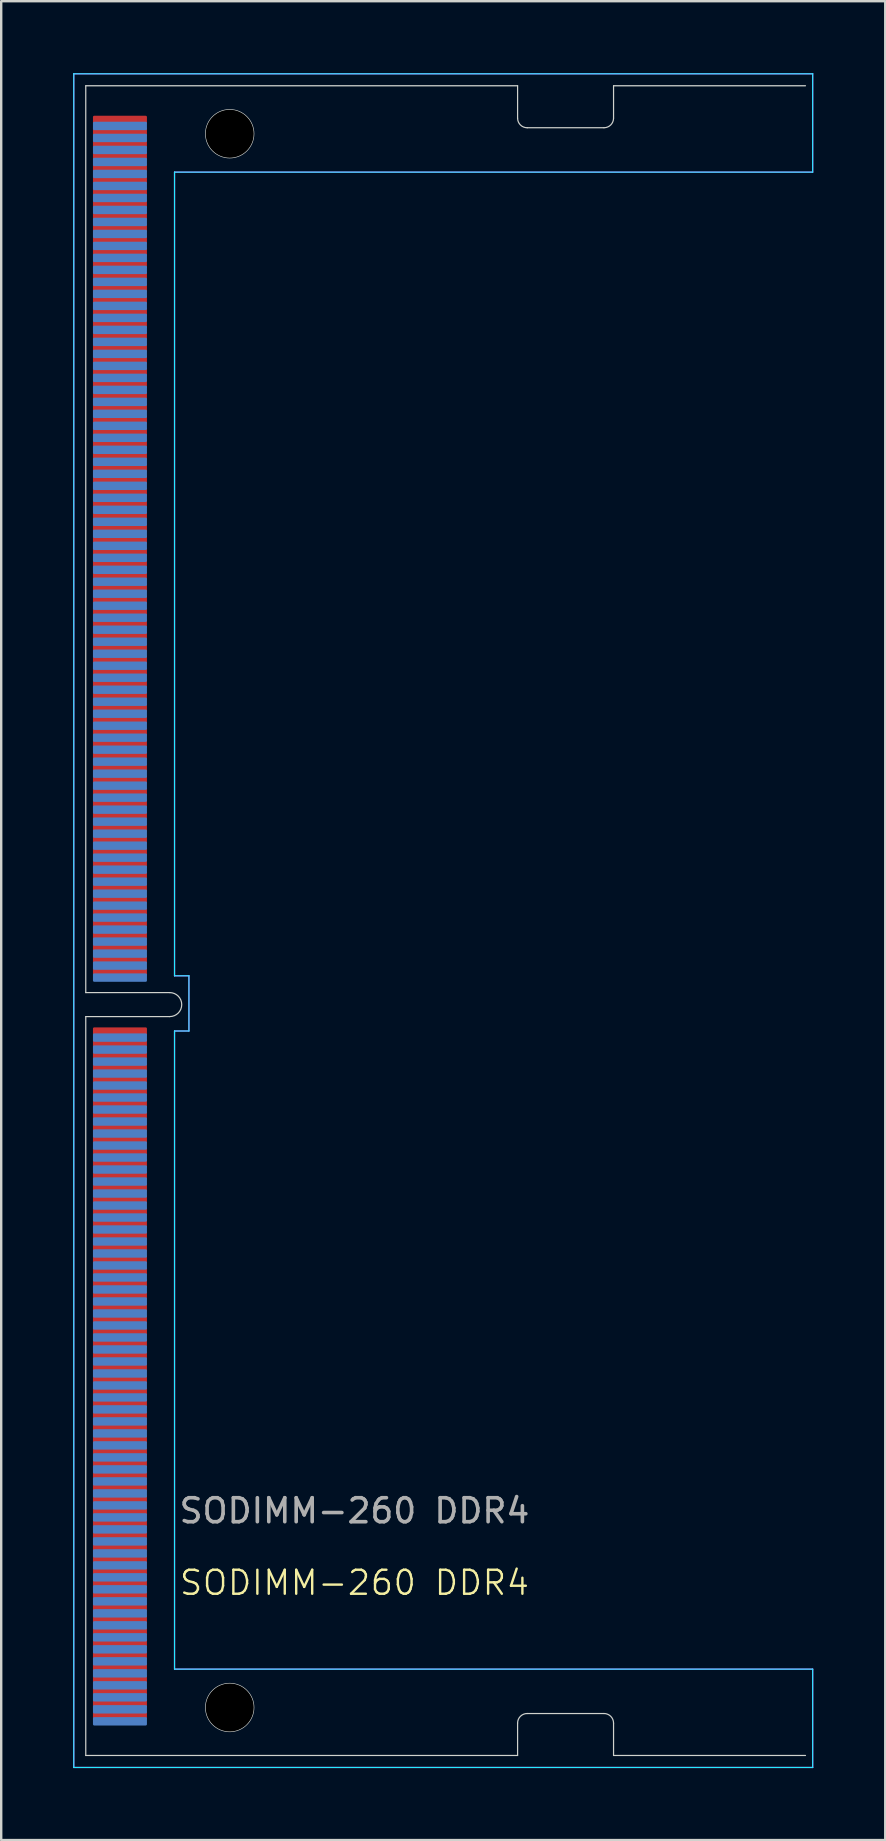
<source format=kicad_pcb>
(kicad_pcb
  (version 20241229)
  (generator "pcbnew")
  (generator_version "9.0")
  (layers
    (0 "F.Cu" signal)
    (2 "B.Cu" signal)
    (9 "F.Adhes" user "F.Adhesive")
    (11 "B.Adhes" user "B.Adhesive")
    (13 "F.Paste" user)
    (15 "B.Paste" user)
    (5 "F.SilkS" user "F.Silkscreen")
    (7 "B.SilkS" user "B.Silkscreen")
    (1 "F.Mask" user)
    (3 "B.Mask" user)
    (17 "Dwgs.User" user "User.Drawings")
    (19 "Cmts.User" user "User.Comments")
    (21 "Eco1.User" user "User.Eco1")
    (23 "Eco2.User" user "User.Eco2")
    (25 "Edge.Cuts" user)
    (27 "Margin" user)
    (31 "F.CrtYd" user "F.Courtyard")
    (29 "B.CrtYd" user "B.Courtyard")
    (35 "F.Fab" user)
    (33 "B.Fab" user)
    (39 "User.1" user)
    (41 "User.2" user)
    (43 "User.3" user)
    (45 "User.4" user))
  (footprint "SODIMM-260 DDR4"
    (layer "F.Cu")
    (at 15.525 35.425)
    (property "Reference" "SODIMM-260 DDR4" (at -3.8 27.5 0) (unlocked yes) (layer "F.SilkS") (effects (font (size 1 1) (thickness 0.1))))
    (attr smd)
    (fp_line (start -15 -34.9) (end 3 -34.9) (stroke (width 0.05) (type default)) (layer "Edge.Cuts"))
    (fp_line (start -15 2.9) (end -15 -34.9) (stroke (width 0.05) (type default)) (layer "Edge.Cuts"))
    (fp_line (start -15 3.9) (end -15 34.7) (stroke (width 0.05) (type default)) (layer "Edge.Cuts"))
    (fp_line (start -15 34.7) (end 3 34.7) (stroke (width 0.05) (type default)) (layer "Edge.Cuts"))
    (fp_line (start -11.5 2.9) (end -15 2.9) (stroke (width 0.05) (type default)) (layer "Edge.Cuts"))
    (fp_line (start -11.5 3.9) (end -15 3.9) (stroke (width 0.05) (type default)) (layer "Edge.Cuts"))
    (fp_line (start 3 -33.55) (end 3 -34.9) (stroke (width 0.05) (type default)) (layer "Edge.Cuts"))
    (fp_line (start 3 33.35) (end 3 34.7) (stroke (width 0.05) (type default)) (layer "Edge.Cuts"))
    (fp_line (start 6.6 -33.15) (end 3.4 -33.15) (stroke (width 0.05) (type default)) (layer "Edge.Cuts"))
    (fp_line (start 6.6 32.95) (end 3.4 32.95) (stroke (width 0.05) (type default)) (layer "Edge.Cuts"))
    (fp_line (start 7 -34.9) (end 7 -33.55) (stroke (width 0.05) (type default)) (layer "Edge.Cuts"))
    (fp_line (start 7 -34.9) (end 15 -34.9) (stroke (width 0.05) (type default)) (layer "Edge.Cuts"))
    (fp_line (start 7 34.7) (end 7 33.35) (stroke (width 0.05) (type default)) (layer "Edge.Cuts"))
    (fp_line (start 7 34.7) (end 15 34.7) (stroke (width 0.05) (type default)) (layer "Edge.Cuts"))
    (fp_arc (start -11.5 2.9) (mid -11 3.4) (end -11.5 3.9) (stroke (width 0.05) (type default)) (layer "Edge.Cuts"))
    (fp_arc (start 3 33.35) (mid 3.117157 33.067157) (end 3.4 32.95) (stroke (width 0.05) (type default)) (layer "Edge.Cuts"))
    (fp_arc (start 3.4 -33.15) (mid 3.117157 -33.267157) (end 3 -33.55) (stroke (width 0.05) (type default)) (layer "Edge.Cuts"))
    (fp_arc (start 6.6 32.95) (mid 6.882843 33.067157) (end 7 33.35) (stroke (width 0.05) (type default)) (layer "Edge.Cuts"))
    (fp_arc (start 7 -33.55) (mid 6.882843 -33.267157) (end 6.6 -33.15) (stroke (width 0.05) (type default)) (layer "Edge.Cuts"))
    (fp_circle (center -9 -32.9) (end -10 -32.9) (stroke (width 0.05) (type solid)) (fill no) (layer "Edge.Cuts"))
    (fp_circle (center -9 32.7) (end -10 32.7) (stroke (width 0.05) (type solid)) (fill no) (layer "Edge.Cuts"))
    (fp_line (start -15.5 -35.4) (end -15.5 35.2) (stroke (width 0.05) (type default)) (layer "B.CrtYd"))
    (fp_line (start -15.5 -35.4) (end 15.3 -35.4) (stroke (width 0.05) (type default)) (layer "B.CrtYd"))
    (fp_line (start -11.3 -31.3) (end -11.3 2.2) (stroke (width 0.05) (type default)) (layer "B.CrtYd"))
    (fp_line (start -11.3 2.2) (end -10.7 2.2) (stroke (width 0.05) (type default)) (layer "B.CrtYd"))
    (fp_line (start -11.3 4.5) (end -11.3 31.1) (stroke (width 0.05) (type default)) (layer "B.CrtYd"))
    (fp_line (start -11.3 31.1) (end 15.3 31.1) (stroke (width 0.05) (type default)) (layer "B.CrtYd"))
    (fp_line (start -10.7 2.2) (end -10.7 4.5) (stroke (width 0.05) (type default)) (layer "B.CrtYd"))
    (fp_line (start -10.7 4.5) (end -11.3 4.5) (stroke (width 0.05) (type default)) (layer "B.CrtYd"))
    (fp_line (start 15.3 -35.4) (end 15.3 -31.3) (stroke (width 0.05) (type default)) (layer "B.CrtYd"))
    (fp_line (start 15.3 -31.3) (end -11.3 -31.3) (stroke (width 0.05) (type default)) (layer "B.CrtYd"))
    (fp_line (start 15.3 31.1) (end 15.3 35.2) (stroke (width 0.05) (type default)) (layer "B.CrtYd"))
    (fp_line (start 15.3 35.2) (end -15.5 35.2) (stroke (width 0.05) (type default)) (layer "B.CrtYd"))
    (fp_line (start -15.5 -35.4) (end -15.5 35.2) (stroke (width 0.05) (type default)) (layer "F.CrtYd"))
    (fp_line (start -15.5 -35.4) (end 15.3 -35.4) (stroke (width 0.05) (type default)) (layer "F.CrtYd"))
    (fp_line (start -11.3 -31.3) (end -11.3 2.2) (stroke (width 0.05) (type default)) (layer "F.CrtYd"))
    (fp_line (start -11.3 2.2) (end -10.7 2.2) (stroke (width 0.05) (type default)) (layer "F.CrtYd"))
    (fp_line (start -11.3 4.5) (end -11.3 31.1) (stroke (width 0.05) (type default)) (layer "F.CrtYd"))
    (fp_line (start -11.3 31.1) (end 15.3 31.1) (stroke (width 0.05) (type default)) (layer "F.CrtYd"))
    (fp_line (start -10.7 2.2) (end -10.7 4.5) (stroke (width 0.05) (type default)) (layer "F.CrtYd"))
    (fp_line (start -10.7 4.5) (end -11.3 4.5) (stroke (width 0.05) (type default)) (layer "F.CrtYd"))
    (fp_line (start 15.3 -35.4) (end 15.3 -31.3) (stroke (width 0.05) (type default)) (layer "F.CrtYd"))
    (fp_line (start 15.3 -31.3) (end -11.3 -31.3) (stroke (width 0.05) (type default)) (layer "F.CrtYd"))
    (fp_line (start 15.3 31.1) (end 15.3 35.2) (stroke (width 0.05) (type default)) (layer "F.CrtYd"))
    (fp_line (start 15.3 35.2) (end -15.5 35.2) (stroke (width 0.05) (type default)) (layer "F.CrtYd"))
    (fp_text user "${REFERENCE}" (at -3.8 24.5 0) (unlocked yes) (layer "F.Fab") (effects (font (size 1 1) (thickness 0.15))))
    (pad "" np_thru_hole circle (at -9 -32.9) (size 2 2) (drill 2) (layers "*.Mask"))
    (pad "" np_thru_hole circle (at -9 32.7) (size 2 2) (drill 2) (layers "*.Mask"))
    (pad "1" smd roundrect (at -13.575 -33.475 270) (size 0.35 2.25) (layers "F.Cu" "F.Mask" "F.Paste") (roundrect_rratio 0.15))
    (pad "2" smd roundrect (at -13.575 -33.225 270) (size 0.35 2.25) (layers "B.Cu" "B.Mask" "B.Paste") (roundrect_rratio 0.15))
    (pad "3" smd roundrect (at -13.575 -32.975 270) (size 0.35 2.25) (layers "F.Cu" "F.Mask" "F.Paste") (roundrect_rratio 0.15))
    (pad "4" smd roundrect (at -13.575 -32.725 270) (size 0.35 2.25) (layers "B.Cu" "B.Mask" "B.Paste") (roundrect_rratio 0.15))
    (pad "5" smd roundrect (at -13.575 -32.475 270) (size 0.35 2.25) (layers "F.Cu" "F.Mask" "F.Paste") (roundrect_rratio 0.15))
    (pad "6" smd roundrect (at -13.575 -32.225 270) (size 0.35 2.25) (layers "B.Cu" "B.Mask" "B.Paste") (roundrect_rratio 0.15))
    (pad "7" smd roundrect (at -13.575 -31.975 270) (size 0.35 2.25) (layers "F.Cu" "F.Mask" "F.Paste") (roundrect_rratio 0.15))
    (pad "8" smd roundrect (at -13.575 -31.725 270) (size 0.35 2.25) (layers "B.Cu" "B.Mask" "B.Paste") (roundrect_rratio 0.15))
    (pad "9" smd roundrect (at -13.575 -31.475 270) (size 0.35 2.25) (layers "F.Cu" "F.Mask" "F.Paste") (roundrect_rratio 0.15))
    (pad "10" smd roundrect (at -13.575 -31.225 270) (size 0.35 2.25) (layers "B.Cu" "B.Mask" "B.Paste") (roundrect_rratio 0.15))
    (pad "11" smd roundrect (at -13.575 -30.975 270) (size 0.35 2.25) (layers "F.Cu" "F.Mask" "F.Paste") (roundrect_rratio 0.15))
    (pad "12" smd roundrect (at -13.575 -30.725 270) (size 0.35 2.25) (layers "B.Cu" "B.Mask" "B.Paste") (roundrect_rratio 0.15))
    (pad "13" smd roundrect (at -13.575 -30.475 270) (size 0.35 2.25) (layers "F.Cu" "F.Mask" "F.Paste") (roundrect_rratio 0.15))
    (pad "14" smd roundrect (at -13.575 -30.225 270) (size 0.35 2.25) (layers "B.Cu" "B.Mask" "B.Paste") (roundrect_rratio 0.15))
    (pad "15" smd roundrect (at -13.575 -29.975 270) (size 0.35 2.25) (layers "F.Cu" "F.Mask" "F.Paste") (roundrect_rratio 0.15))
    (pad "16" smd roundrect (at -13.575 -29.725 270) (size 0.35 2.25) (layers "B.Cu" "B.Mask" "B.Paste") (roundrect_rratio 0.15))
    (pad "17" smd roundrect (at -13.575 -29.475 270) (size 0.35 2.25) (layers "F.Cu" "F.Mask" "F.Paste") (roundrect_rratio 0.15))
    (pad "18" smd roundrect (at -13.575 -29.225 270) (size 0.35 2.25) (layers "B.Cu" "B.Mask" "B.Paste") (roundrect_rratio 0.15))
    (pad "19" smd roundrect (at -13.575 -28.975 270) (size 0.35 2.25) (layers "F.Cu" "F.Mask" "F.Paste") (roundrect_rratio 0.15))
    (pad "20" smd roundrect (at -13.575 -28.725 270) (size 0.35 2.25) (layers "B.Cu" "B.Mask" "B.Paste") (roundrect_rratio 0.15))
    (pad "21" smd roundrect (at -13.575 -28.475 270) (size 0.35 2.25) (layers "F.Cu" "F.Mask" "F.Paste") (roundrect_rratio 0.15))
    (pad "22" smd roundrect (at -13.575 -28.225 270) (size 0.35 2.25) (layers "B.Cu" "B.Mask" "B.Paste") (roundrect_rratio 0.15))
    (pad "23" smd roundrect (at -13.575 -27.975 270) (size 0.35 2.25) (layers "F.Cu" "F.Mask" "F.Paste") (roundrect_rratio 0.15))
    (pad "24" smd roundrect (at -13.575 -27.725 270) (size 0.35 2.25) (layers "B.Cu" "B.Mask" "B.Paste") (roundrect_rratio 0.15))
    (pad "25" smd roundrect (at -13.575 -27.475 270) (size 0.35 2.25) (layers "F.Cu" "F.Mask" "F.Paste") (roundrect_rratio 0.15))
    (pad "26" smd roundrect (at -13.575 -27.225 270) (size 0.35 2.25) (layers "B.Cu" "B.Mask" "B.Paste") (roundrect_rratio 0.15))
    (pad "27" smd roundrect (at -13.575 -26.975 270) (size 0.35 2.25) (layers "F.Cu" "F.Mask" "F.Paste") (roundrect_rratio 0.15))
    (pad "28" smd roundrect (at -13.575 -26.725 270) (size 0.35 2.25) (layers "B.Cu" "B.Mask" "B.Paste") (roundrect_rratio 0.15))
    (pad "29" smd roundrect (at -13.575 -26.475 270) (size 0.35 2.25) (layers "F.Cu" "F.Mask" "F.Paste") (roundrect_rratio 0.15))
    (pad "30" smd roundrect (at -13.575 -26.225 270) (size 0.35 2.25) (layers "B.Cu" "B.Mask" "B.Paste") (roundrect_rratio 0.15))
    (pad "31" smd roundrect (at -13.575 -25.975 270) (size 0.35 2.25) (layers "F.Cu" "F.Mask" "F.Paste") (roundrect_rratio 0.15))
    (pad "32" smd roundrect (at -13.575 -25.725 270) (size 0.35 2.25) (layers "B.Cu" "B.Mask" "B.Paste") (roundrect_rratio 0.15))
    (pad "33" smd roundrect (at -13.575 -25.475 270) (size 0.35 2.25) (layers "F.Cu" "F.Mask" "F.Paste") (roundrect_rratio 0.15))
    (pad "34" smd roundrect (at -13.575 -25.225 270) (size 0.35 2.25) (layers "B.Cu" "B.Mask" "B.Paste") (roundrect_rratio 0.15))
    (pad "35" smd roundrect (at -13.575 -24.975 270) (size 0.35 2.25) (layers "F.Cu" "F.Mask" "F.Paste") (roundrect_rratio 0.15))
    (pad "36" smd roundrect (at -13.575 -24.725 270) (size 0.35 2.25) (layers "B.Cu" "B.Mask" "B.Paste") (roundrect_rratio 0.15))
    (pad "37" smd roundrect (at -13.575 -24.475 270) (size 0.35 2.25) (layers "F.Cu" "F.Mask" "F.Paste") (roundrect_rratio 0.15))
    (pad "38" smd roundrect (at -13.575 -24.225 270) (size 0.35 2.25) (layers "B.Cu" "B.Mask" "B.Paste") (roundrect_rratio 0.15))
    (pad "39" smd roundrect (at -13.575 -23.975 270) (size 0.35 2.25) (layers "F.Cu" "F.Mask" "F.Paste") (roundrect_rratio 0.15))
    (pad "40" smd roundrect (at -13.575 -23.725 270) (size 0.35 2.25) (layers "B.Cu" "B.Mask" "B.Paste") (roundrect_rratio 0.15))
    (pad "41" smd roundrect (at -13.575 -23.475 270) (size 0.35 2.25) (layers "F.Cu" "F.Mask" "F.Paste") (roundrect_rratio 0.15))
    (pad "42" smd roundrect (at -13.575 -23.225 270) (size 0.35 2.25) (layers "B.Cu" "B.Mask" "B.Paste") (roundrect_rratio 0.15))
    (pad "43" smd roundrect (at -13.575 -22.975 270) (size 0.35 2.25) (layers "F.Cu" "F.Mask" "F.Paste") (roundrect_rratio 0.15))
    (pad "44" smd roundrect (at -13.575 -22.725 270) (size 0.35 2.25) (layers "B.Cu" "B.Mask" "B.Paste") (roundrect_rratio 0.15))
    (pad "45" smd roundrect (at -13.575 -22.475 270) (size 0.35 2.25) (layers "F.Cu" "F.Mask" "F.Paste") (roundrect_rratio 0.15))
    (pad "46" smd roundrect (at -13.575 -22.225 270) (size 0.35 2.25) (layers "B.Cu" "B.Mask" "B.Paste") (roundrect_rratio 0.15))
    (pad "47" smd roundrect (at -13.575 -21.975 270) (size 0.35 2.25) (layers "F.Cu" "F.Mask" "F.Paste") (roundrect_rratio 0.15))
    (pad "48" smd roundrect (at -13.575 -21.725 270) (size 0.35 2.25) (layers "B.Cu" "B.Mask" "B.Paste") (roundrect_rratio 0.15))
    (pad "49" smd roundrect (at -13.575 -21.475 270) (size 0.35 2.25) (layers "F.Cu" "F.Mask" "F.Paste") (roundrect_rratio 0.15))
    (pad "50" smd roundrect (at -13.575 -21.225 270) (size 0.35 2.25) (layers "B.Cu" "B.Mask" "B.Paste") (roundrect_rratio 0.15))
    (pad "51" smd roundrect (at -13.575 -20.975 270) (size 0.35 2.25) (layers "F.Cu" "F.Mask" "F.Paste") (roundrect_rratio 0.15))
    (pad "52" smd roundrect (at -13.575 -20.725 270) (size 0.35 2.25) (layers "B.Cu" "B.Mask" "B.Paste") (roundrect_rratio 0.15))
    (pad "53" smd roundrect (at -13.575 -20.475 270) (size 0.35 2.25) (layers "F.Cu" "F.Mask" "F.Paste") (roundrect_rratio 0.15))
    (pad "54" smd roundrect (at -13.575 -20.225 270) (size 0.35 2.25) (layers "B.Cu" "B.Mask" "B.Paste") (roundrect_rratio 0.15))
    (pad "55" smd roundrect (at -13.575 -19.975 270) (size 0.35 2.25) (layers "F.Cu" "F.Mask" "F.Paste") (roundrect_rratio 0.15))
    (pad "56" smd roundrect (at -13.575 -19.725 270) (size 0.35 2.25) (layers "B.Cu" "B.Mask" "B.Paste") (roundrect_rratio 0.15))
    (pad "57" smd roundrect (at -13.575 -19.475 270) (size 0.35 2.25) (layers "F.Cu" "F.Mask" "F.Paste") (roundrect_rratio 0.15))
    (pad "58" smd roundrect (at -13.575 -19.225 270) (size 0.35 2.25) (layers "B.Cu" "B.Mask" "B.Paste") (roundrect_rratio 0.15))
    (pad "59" smd roundrect (at -13.575 -18.975 270) (size 0.35 2.25) (layers "F.Cu" "F.Mask" "F.Paste") (roundrect_rratio 0.15))
    (pad "60" smd roundrect (at -13.575 -18.725 270) (size 0.35 2.25) (layers "B.Cu" "B.Mask" "B.Paste") (roundrect_rratio 0.15))
    (pad "61" smd roundrect (at -13.575 -18.475 270) (size 0.35 2.25) (layers "F.Cu" "F.Mask" "F.Paste") (roundrect_rratio 0.15))
    (pad "62" smd roundrect (at -13.575 -18.225 270) (size 0.35 2.25) (layers "B.Cu" "B.Mask" "B.Paste") (roundrect_rratio 0.15))
    (pad "63" smd roundrect (at -13.575 -17.975 270) (size 0.35 2.25) (layers "F.Cu" "F.Mask" "F.Paste") (roundrect_rratio 0.15))
    (pad "64" smd roundrect (at -13.575 -17.725 270) (size 0.35 2.25) (layers "B.Cu" "B.Mask" "B.Paste") (roundrect_rratio 0.15))
    (pad "65" smd roundrect (at -13.575 -17.475 270) (size 0.35 2.25) (layers "F.Cu" "F.Mask" "F.Paste") (roundrect_rratio 0.15))
    (pad "66" smd roundrect (at -13.575 -17.225 270) (size 0.35 2.25) (layers "B.Cu" "B.Mask" "B.Paste") (roundrect_rratio 0.15))
    (pad "67" smd roundrect (at -13.575 -16.975 270) (size 0.35 2.25) (layers "F.Cu" "F.Mask" "F.Paste") (roundrect_rratio 0.15))
    (pad "68" smd roundrect (at -13.575 -16.725 270) (size 0.35 2.25) (layers "B.Cu" "B.Mask" "B.Paste") (roundrect_rratio 0.15))
    (pad "69" smd roundrect (at -13.575 -16.475 270) (size 0.35 2.25) (layers "F.Cu" "F.Mask" "F.Paste") (roundrect_rratio 0.15))
    (pad "70" smd roundrect (at -13.575 -16.225 270) (size 0.35 2.25) (layers "B.Cu" "B.Mask" "B.Paste") (roundrect_rratio 0.15))
    (pad "71" smd roundrect (at -13.575 -15.975 270) (size 0.35 2.25) (layers "F.Cu" "F.Mask" "F.Paste") (roundrect_rratio 0.15))
    (pad "72" smd roundrect (at -13.575 -15.725 270) (size 0.35 2.25) (layers "B.Cu" "B.Mask" "B.Paste") (roundrect_rratio 0.15))
    (pad "73" smd roundrect (at -13.575 -15.475 270) (size 0.35 2.25) (layers "F.Cu" "F.Mask" "F.Paste") (roundrect_rratio 0.15))
    (pad "74" smd roundrect (at -13.575 -15.225 270) (size 0.35 2.25) (layers "B.Cu" "B.Mask" "B.Paste") (roundrect_rratio 0.15))
    (pad "75" smd roundrect (at -13.575 -14.975 270) (size 0.35 2.25) (layers "F.Cu" "F.Mask" "F.Paste") (roundrect_rratio 0.15))
    (pad "76" smd roundrect (at -13.575 -14.725 270) (size 0.35 2.25) (layers "B.Cu" "B.Mask" "B.Paste") (roundrect_rratio 0.15))
    (pad "77" smd roundrect (at -13.575 -14.475 270) (size 0.35 2.25) (layers "F.Cu" "F.Mask" "F.Paste") (roundrect_rratio 0.15))
    (pad "78" smd roundrect (at -13.575 -14.225 270) (size 0.35 2.25) (layers "B.Cu" "B.Mask" "B.Paste") (roundrect_rratio 0.15))
    (pad "79" smd roundrect (at -13.575 -13.975 270) (size 0.35 2.25) (layers "F.Cu" "F.Mask" "F.Paste") (roundrect_rratio 0.15))
    (pad "80" smd roundrect (at -13.575 -13.725 270) (size 0.35 2.25) (layers "B.Cu" "B.Mask" "B.Paste") (roundrect_rratio 0.15))
    (pad "81" smd roundrect (at -13.575 -13.475 270) (size 0.35 2.25) (layers "F.Cu" "F.Mask" "F.Paste") (roundrect_rratio 0.15))
    (pad "82" smd roundrect (at -13.575 -13.225 270) (size 0.35 2.25) (layers "B.Cu" "B.Mask" "B.Paste") (roundrect_rratio 0.15))
    (pad "83" smd roundrect (at -13.575 -12.975 270) (size 0.35 2.25) (layers "F.Cu" "F.Mask" "F.Paste") (roundrect_rratio 0.15))
    (pad "84" smd roundrect (at -13.575 -12.725 270) (size 0.35 2.25) (layers "B.Cu" "B.Mask" "B.Paste") (roundrect_rratio 0.15))
    (pad "85" smd roundrect (at -13.575 -12.475 270) (size 0.35 2.25) (layers "F.Cu" "F.Mask" "F.Paste") (roundrect_rratio 0.15))
    (pad "86" smd roundrect (at -13.575 -12.225 270) (size 0.35 2.25) (layers "B.Cu" "B.Mask" "B.Paste") (roundrect_rratio 0.15))
    (pad "87" smd roundrect (at -13.575 -11.975 270) (size 0.35 2.25) (layers "F.Cu" "F.Mask" "F.Paste") (roundrect_rratio 0.15))
    (pad "88" smd roundrect (at -13.575 -11.725 270) (size 0.35 2.25) (layers "B.Cu" "B.Mask" "B.Paste") (roundrect_rratio 0.15))
    (pad "89" smd roundrect (at -13.575 -11.475 270) (size 0.35 2.25) (layers "F.Cu" "F.Mask" "F.Paste") (roundrect_rratio 0.15))
    (pad "90" smd roundrect (at -13.575 -11.225 270) (size 0.35 2.25) (layers "B.Cu" "B.Mask" "B.Paste") (roundrect_rratio 0.15))
    (pad "91" smd roundrect (at -13.575 -10.975 270) (size 0.35 2.25) (layers "F.Cu" "F.Mask" "F.Paste") (roundrect_rratio 0.15))
    (pad "92" smd roundrect (at -13.575 -10.725 270) (size 0.35 2.25) (layers "B.Cu" "B.Mask" "B.Paste") (roundrect_rratio 0.15))
    (pad "93" smd roundrect (at -13.575 -10.475 270) (size 0.35 2.25) (layers "F.Cu" "F.Mask" "F.Paste") (roundrect_rratio 0.15))
    (pad "94" smd roundrect (at -13.575 -10.225 270) (size 0.35 2.25) (layers "B.Cu" "B.Mask" "B.Paste") (roundrect_rratio 0.15))
    (pad "95" smd roundrect (at -13.575 -9.975 270) (size 0.35 2.25) (layers "F.Cu" "F.Mask" "F.Paste") (roundrect_rratio 0.15))
    (pad "96" smd roundrect (at -13.575 -9.725 270) (size 0.35 2.25) (layers "B.Cu" "B.Mask" "B.Paste") (roundrect_rratio 0.15))
    (pad "97" smd roundrect (at -13.575 -9.475 270) (size 0.35 2.25) (layers "F.Cu" "F.Mask" "F.Paste") (roundrect_rratio 0.15))
    (pad "98" smd roundrect (at -13.575 -9.225 270) (size 0.35 2.25) (layers "B.Cu" "B.Mask" "B.Paste") (roundrect_rratio 0.15))
    (pad "99" smd roundrect (at -13.575 -8.975 270) (size 0.35 2.25) (layers "F.Cu" "F.Mask" "F.Paste") (roundrect_rratio 0.15))
    (pad "100" smd roundrect (at -13.575 -8.725 270) (size 0.35 2.25) (layers "B.Cu" "B.Mask" "B.Paste") (roundrect_rratio 0.15))
    (pad "101" smd roundrect (at -13.575 -8.475 270) (size 0.35 2.25) (layers "F.Cu" "F.Mask" "F.Paste") (roundrect_rratio 0.15))
    (pad "102" smd roundrect (at -13.575 -8.225 270) (size 0.35 2.25) (layers "B.Cu" "B.Mask" "B.Paste") (roundrect_rratio 0.15))
    (pad "103" smd roundrect (at -13.575 -7.975 270) (size 0.35 2.25) (layers "F.Cu" "F.Mask" "F.Paste") (roundrect_rratio 0.15))
    (pad "104" smd roundrect (at -13.575 -7.725 270) (size 0.35 2.25) (layers "B.Cu" "B.Mask" "B.Paste") (roundrect_rratio 0.15))
    (pad "105" smd roundrect (at -13.575 -7.475 270) (size 0.35 2.25) (layers "F.Cu" "F.Mask" "F.Paste") (roundrect_rratio 0.15))
    (pad "106" smd roundrect (at -13.575 -7.225 270) (size 0.35 2.25) (layers "B.Cu" "B.Mask" "B.Paste") (roundrect_rratio 0.15))
    (pad "107" smd roundrect (at -13.575 -6.975 270) (size 0.35 2.25) (layers "F.Cu" "F.Mask" "F.Paste") (roundrect_rratio 0.15))
    (pad "108" smd roundrect (at -13.575 -6.725 270) (size 0.35 2.25) (layers "B.Cu" "B.Mask" "B.Paste") (roundrect_rratio 0.15))
    (pad "109" smd roundrect (at -13.575 -6.475 270) (size 0.35 2.25) (layers "F.Cu" "F.Mask" "F.Paste") (roundrect_rratio 0.15))
    (pad "110" smd roundrect (at -13.575 -6.225 270) (size 0.35 2.25) (layers "B.Cu" "B.Mask" "B.Paste") (roundrect_rratio 0.15))
    (pad "111" smd roundrect (at -13.575 -5.975 270) (size 0.35 2.25) (layers "F.Cu" "F.Mask" "F.Paste") (roundrect_rratio 0.15))
    (pad "112" smd roundrect (at -13.575 -5.725 270) (size 0.35 2.25) (layers "B.Cu" "B.Mask" "B.Paste") (roundrect_rratio 0.15))
    (pad "113" smd roundrect (at -13.575 -5.475 270) (size 0.35 2.25) (layers "F.Cu" "F.Mask" "F.Paste") (roundrect_rratio 0.15))
    (pad "114" smd roundrect (at -13.575 -5.225 270) (size 0.35 2.25) (layers "B.Cu" "B.Mask" "B.Paste") (roundrect_rratio 0.15))
    (pad "115" smd roundrect (at -13.575 -4.975 270) (size 0.35 2.25) (layers "F.Cu" "F.Mask" "F.Paste") (roundrect_rratio 0.15))
    (pad "116" smd roundrect (at -13.575 -4.725 270) (size 0.35 2.25) (layers "B.Cu" "B.Mask" "B.Paste") (roundrect_rratio 0.15))
    (pad "117" smd roundrect (at -13.575 -4.475 270) (size 0.35 2.25) (layers "F.Cu" "F.Mask" "F.Paste") (roundrect_rratio 0.15))
    (pad "118" smd roundrect (at -13.575 -4.225 270) (size 0.35 2.25) (layers "B.Cu" "B.Mask" "B.Paste") (roundrect_rratio 0.15))
    (pad "119" smd roundrect (at -13.575 -3.975 270) (size 0.35 2.25) (layers "F.Cu" "F.Mask" "F.Paste") (roundrect_rratio 0.15))
    (pad "120" smd roundrect (at -13.575 -3.725 270) (size 0.35 2.25) (layers "B.Cu" "B.Mask" "B.Paste") (roundrect_rratio 0.15))
    (pad "121" smd roundrect (at -13.575 -3.475 270) (size 0.35 2.25) (layers "F.Cu" "F.Mask" "F.Paste") (roundrect_rratio 0.15))
    (pad "122" smd roundrect (at -13.575 -3.225 270) (size 0.35 2.25) (layers "B.Cu" "B.Mask" "B.Paste") (roundrect_rratio 0.15))
    (pad "123" smd roundrect (at -13.575 -2.975 270) (size 0.35 2.25) (layers "F.Cu" "F.Mask" "F.Paste") (roundrect_rratio 0.15))
    (pad "124" smd roundrect (at -13.575 -2.725 270) (size 0.35 2.25) (layers "B.Cu" "B.Mask" "B.Paste") (roundrect_rratio 0.15))
    (pad "125" smd roundrect (at -13.575 -2.475 270) (size 0.35 2.25) (layers "F.Cu" "F.Mask" "F.Paste") (roundrect_rratio 0.15))
    (pad "126" smd roundrect (at -13.575 -2.225 270) (size 0.35 2.25) (layers "B.Cu" "B.Mask" "B.Paste") (roundrect_rratio 0.15))
    (pad "127" smd roundrect (at -13.575 -1.975 270) (size 0.35 2.25) (layers "F.Cu" "F.Mask" "F.Paste") (roundrect_rratio 0.15))
    (pad "128" smd roundrect (at -13.575 -1.725 270) (size 0.35 2.25) (layers "B.Cu" "B.Mask" "B.Paste") (roundrect_rratio 0.15))
    (pad "129" smd roundrect (at -13.575 -1.475 270) (size 0.35 2.25) (layers "F.Cu" "F.Mask" "F.Paste") (roundrect_rratio 0.15))
    (pad "130" smd roundrect (at -13.575 -1.225 270) (size 0.35 2.25) (layers "B.Cu" "B.Mask" "B.Paste") (roundrect_rratio 0.15))
    (pad "131" smd roundrect (at -13.575 -0.975 270) (size 0.35 2.25) (layers "F.Cu" "F.Mask" "F.Paste") (roundrect_rratio 0.15))
    (pad "132" smd roundrect (at -13.575 -0.725 270) (size 0.35 2.25) (layers "B.Cu" "B.Mask" "B.Paste") (roundrect_rratio 0.15))
    (pad "133" smd roundrect (at -13.575 -0.475 270) (size 0.35 2.25) (layers "F.Cu" "F.Mask" "F.Paste") (roundrect_rratio 0.15))
    (pad "134" smd roundrect (at -13.575 -0.225 270) (size 0.35 2.25) (layers "B.Cu" "B.Mask" "B.Paste") (roundrect_rratio 0.15))
    (pad "135" smd roundrect (at -13.575 0.025 270) (size 0.35 2.25) (layers "F.Cu" "F.Mask" "F.Paste") (roundrect_rratio 0.15))
    (pad "136" smd roundrect (at -13.575 0.275 270) (size 0.35 2.25) (layers "B.Cu" "B.Mask" "B.Paste") (roundrect_rratio 0.15))
    (pad "137" smd roundrect (at -13.575 0.525 270) (size 0.35 2.25) (layers "F.Cu" "F.Mask" "F.Paste") (roundrect_rratio 0.15))
    (pad "138" smd roundrect (at -13.575 0.775 270) (size 0.35 2.25) (layers "B.Cu" "B.Mask" "B.Paste") (roundrect_rratio 0.15))
    (pad "139" smd roundrect (at -13.575 1.025 270) (size 0.35 2.25) (layers "F.Cu" "F.Mask" "F.Paste") (roundrect_rratio 0.15))
    (pad "140" smd roundrect (at -13.575 1.275 270) (size 0.35 2.25) (layers "B.Cu" "B.Mask" "B.Paste") (roundrect_rratio 0.15))
    (pad "141" smd roundrect (at -13.575 1.525 270) (size 0.35 2.25) (layers "F.Cu" "F.Mask" "F.Paste") (roundrect_rratio 0.15))
    (pad "142" smd roundrect (at -13.575 1.775 270) (size 0.35 2.25) (layers "B.Cu" "B.Mask" "B.Paste") (roundrect_rratio 0.15))
    (pad "143" smd roundrect (at -13.575 2.025 270) (size 0.35 2.25) (layers "F.Cu" "F.Mask" "F.Paste") (roundrect_rratio 0.15))
    (pad "144" smd roundrect (at -13.575 2.275 270) (size 0.35 2.25) (layers "B.Cu" "B.Mask" "B.Paste") (roundrect_rratio 0.15))
    (pad "145" smd roundrect (at -13.575 4.525 270) (size 0.35 2.25) (layers "F.Cu" "F.Mask" "F.Paste") (roundrect_rratio 0.15))
    (pad "146" smd roundrect (at -13.575 4.775 270) (size 0.35 2.25) (layers "B.Cu" "B.Mask" "B.Paste") (roundrect_rratio 0.15))
    (pad "147" smd roundrect (at -13.575 5.025 270) (size 0.35 2.25) (layers "F.Cu" "F.Mask" "F.Paste") (roundrect_rratio 0.15))
    (pad "148" smd roundrect (at -13.575 5.275 270) (size 0.35 2.25) (layers "B.Cu" "B.Mask" "B.Paste") (roundrect_rratio 0.15))
    (pad "149" smd roundrect (at -13.575 5.525 270) (size 0.35 2.25) (layers "F.Cu" "F.Mask" "F.Paste") (roundrect_rratio 0.15))
    (pad "150" smd roundrect (at -13.575 5.775 270) (size 0.35 2.25) (layers "B.Cu" "B.Mask" "B.Paste") (roundrect_rratio 0.15))
    (pad "151" smd roundrect (at -13.575 6.025 270) (size 0.35 2.25) (layers "F.Cu" "F.Mask" "F.Paste") (roundrect_rratio 0.15))
    (pad "152" smd roundrect (at -13.575 6.275 270) (size 0.35 2.25) (layers "B.Cu" "B.Mask" "B.Paste") (roundrect_rratio 0.15))
    (pad "153" smd roundrect (at -13.575 6.525 270) (size 0.35 2.25) (layers "F.Cu" "F.Mask" "F.Paste") (roundrect_rratio 0.15))
    (pad "154" smd roundrect (at -13.575 6.775 270) (size 0.35 2.25) (layers "B.Cu" "B.Mask" "B.Paste") (roundrect_rratio 0.15))
    (pad "155" smd roundrect (at -13.575 7.025 270) (size 0.35 2.25) (layers "F.Cu" "F.Mask" "F.Paste") (roundrect_rratio 0.15))
    (pad "156" smd roundrect (at -13.575 7.275 270) (size 0.35 2.25) (layers "B.Cu" "B.Mask" "B.Paste") (roundrect_rratio 0.15))
    (pad "157" smd roundrect (at -13.575 7.525 270) (size 0.35 2.25) (layers "F.Cu" "F.Mask" "F.Paste") (roundrect_rratio 0.15))
    (pad "158" smd roundrect (at -13.575 7.775 270) (size 0.35 2.25) (layers "B.Cu" "B.Mask" "B.Paste") (roundrect_rratio 0.15))
    (pad "159" smd roundrect (at -13.575 8.025 270) (size 0.35 2.25) (layers "F.Cu" "F.Mask" "F.Paste") (roundrect_rratio 0.15))
    (pad "160" smd roundrect (at -13.575 8.275 270) (size 0.35 2.25) (layers "B.Cu" "B.Mask" "B.Paste") (roundrect_rratio 0.15))
    (pad "161" smd roundrect (at -13.575 8.525 270) (size 0.35 2.25) (layers "F.Cu" "F.Mask" "F.Paste") (roundrect_rratio 0.15))
    (pad "162" smd roundrect (at -13.575 8.775 270) (size 0.35 2.25) (layers "B.Cu" "B.Mask" "B.Paste") (roundrect_rratio 0.15))
    (pad "163" smd roundrect (at -13.575 9.025 270) (size 0.35 2.25) (layers "F.Cu" "F.Mask" "F.Paste") (roundrect_rratio 0.15))
    (pad "164" smd roundrect (at -13.575 9.275 270) (size 0.35 2.25) (layers "B.Cu" "B.Mask" "B.Paste") (roundrect_rratio 0.15))
    (pad "165" smd roundrect (at -13.575 9.525 270) (size 0.35 2.25) (layers "F.Cu" "F.Mask" "F.Paste") (roundrect_rratio 0.15))
    (pad "166" smd roundrect (at -13.575 9.775 270) (size 0.35 2.25) (layers "B.Cu" "B.Mask" "B.Paste") (roundrect_rratio 0.15))
    (pad "167" smd roundrect (at -13.575 10.025 270) (size 0.35 2.25) (layers "F.Cu" "F.Mask" "F.Paste") (roundrect_rratio 0.15))
    (pad "168" smd roundrect (at -13.575 10.275 270) (size 0.35 2.25) (layers "B.Cu" "B.Mask" "B.Paste") (roundrect_rratio 0.15))
    (pad "169" smd roundrect (at -13.575 10.525 270) (size 0.35 2.25) (layers "F.Cu" "F.Mask" "F.Paste") (roundrect_rratio 0.15))
    (pad "170" smd roundrect (at -13.575 10.775 270) (size 0.35 2.25) (layers "B.Cu" "B.Mask" "B.Paste") (roundrect_rratio 0.15))
    (pad "171" smd roundrect (at -13.575 11.025 270) (size 0.35 2.25) (layers "F.Cu" "F.Mask" "F.Paste") (roundrect_rratio 0.15))
    (pad "172" smd roundrect (at -13.575 11.275 270) (size 0.35 2.25) (layers "B.Cu" "B.Mask" "B.Paste") (roundrect_rratio 0.15))
    (pad "173" smd roundrect (at -13.575 11.525 270) (size 0.35 2.25) (layers "F.Cu" "F.Mask" "F.Paste") (roundrect_rratio 0.15))
    (pad "174" smd roundrect (at -13.575 11.775 270) (size 0.35 2.25) (layers "B.Cu" "B.Mask" "B.Paste") (roundrect_rratio 0.15))
    (pad "175" smd roundrect (at -13.575 12.025 270) (size 0.35 2.25) (layers "F.Cu" "F.Mask" "F.Paste") (roundrect_rratio 0.15))
    (pad "176" smd roundrect (at -13.575 12.275 270) (size 0.35 2.25) (layers "B.Cu" "B.Mask" "B.Paste") (roundrect_rratio 0.15))
    (pad "177" smd roundrect (at -13.575 12.525 270) (size 0.35 2.25) (layers "F.Cu" "F.Mask" "F.Paste") (roundrect_rratio 0.15))
    (pad "178" smd roundrect (at -13.575 12.775 270) (size 0.35 2.25) (layers "B.Cu" "B.Mask" "B.Paste") (roundrect_rratio 0.15))
    (pad "179" smd roundrect (at -13.575 13.025 270) (size 0.35 2.25) (layers "F.Cu" "F.Mask" "F.Paste") (roundrect_rratio 0.15))
    (pad "180" smd roundrect (at -13.575 13.275 270) (size 0.35 2.25) (layers "B.Cu" "B.Mask" "B.Paste") (roundrect_rratio 0.15))
    (pad "181" smd roundrect (at -13.575 13.525 270) (size 0.35 2.25) (layers "F.Cu" "F.Mask" "F.Paste") (roundrect_rratio 0.15))
    (pad "182" smd roundrect (at -13.575 13.775 270) (size 0.35 2.25) (layers "B.Cu" "B.Mask" "B.Paste") (roundrect_rratio 0.15))
    (pad "183" smd roundrect (at -13.575 14.025 270) (size 0.35 2.25) (layers "F.Cu" "F.Mask" "F.Paste") (roundrect_rratio 0.15))
    (pad "184" smd roundrect (at -13.575 14.275 270) (size 0.35 2.25) (layers "B.Cu" "B.Mask" "B.Paste") (roundrect_rratio 0.15))
    (pad "185" smd roundrect (at -13.575 14.525 270) (size 0.35 2.25) (layers "F.Cu" "F.Mask" "F.Paste") (roundrect_rratio 0.15))
    (pad "186" smd roundrect (at -13.575 14.775 270) (size 0.35 2.25) (layers "B.Cu" "B.Mask" "B.Paste") (roundrect_rratio 0.15))
    (pad "187" smd roundrect (at -13.575 15.025 270) (size 0.35 2.25) (layers "F.Cu" "F.Mask" "F.Paste") (roundrect_rratio 0.15))
    (pad "188" smd roundrect (at -13.575 15.275 270) (size 0.35 2.25) (layers "B.Cu" "B.Mask" "B.Paste") (roundrect_rratio 0.15))
    (pad "189" smd roundrect (at -13.575 15.525 270) (size 0.35 2.25) (layers "F.Cu" "F.Mask" "F.Paste") (roundrect_rratio 0.15))
    (pad "190" smd roundrect (at -13.575 15.775 270) (size 0.35 2.25) (layers "B.Cu" "B.Mask" "B.Paste") (roundrect_rratio 0.15))
    (pad "191" smd roundrect (at -13.575 16.025 270) (size 0.35 2.25) (layers "F.Cu" "F.Mask" "F.Paste") (roundrect_rratio 0.15))
    (pad "192" smd roundrect (at -13.575 16.275 270) (size 0.35 2.25) (layers "B.Cu" "B.Mask" "B.Paste") (roundrect_rratio 0.15))
    (pad "193" smd roundrect (at -13.575 16.525 270) (size 0.35 2.25) (layers "F.Cu" "F.Mask" "F.Paste") (roundrect_rratio 0.15))
    (pad "194" smd roundrect (at -13.575 16.775 270) (size 0.35 2.25) (layers "B.Cu" "B.Mask" "B.Paste") (roundrect_rratio 0.15))
    (pad "195" smd roundrect (at -13.575 17.025 270) (size 0.35 2.25) (layers "F.Cu" "F.Mask" "F.Paste") (roundrect_rratio 0.15))
    (pad "196" smd roundrect (at -13.575 17.275 270) (size 0.35 2.25) (layers "B.Cu" "B.Mask" "B.Paste") (roundrect_rratio 0.15))
    (pad "197" smd roundrect (at -13.575 17.525 270) (size 0.35 2.25) (layers "F.Cu" "F.Mask" "F.Paste") (roundrect_rratio 0.15))
    (pad "198" smd roundrect (at -13.575 17.775 270) (size 0.35 2.25) (layers "B.Cu" "B.Mask" "B.Paste") (roundrect_rratio 0.15))
    (pad "199" smd roundrect (at -13.575 18.025 270) (size 0.35 2.25) (layers "F.Cu" "F.Mask" "F.Paste") (roundrect_rratio 0.15))
    (pad "200" smd roundrect (at -13.575 18.275 270) (size 0.35 2.25) (layers "B.Cu" "B.Mask" "B.Paste") (roundrect_rratio 0.15))
    (pad "201" smd roundrect (at -13.575 18.525 270) (size 0.35 2.25) (layers "F.Cu" "F.Mask" "F.Paste") (roundrect_rratio 0.15))
    (pad "202" smd roundrect (at -13.575 18.775 270) (size 0.35 2.25) (layers "B.Cu" "B.Mask" "B.Paste") (roundrect_rratio 0.15))
    (pad "203" smd roundrect (at -13.575 19.025 270) (size 0.35 2.25) (layers "F.Cu" "F.Mask" "F.Paste") (roundrect_rratio 0.15))
    (pad "204" smd roundrect (at -13.575 19.275 270) (size 0.35 2.25) (layers "B.Cu" "B.Mask" "B.Paste") (roundrect_rratio 0.15))
    (pad "205" smd roundrect (at -13.575 19.525 270) (size 0.35 2.25) (layers "F.Cu" "F.Mask" "F.Paste") (roundrect_rratio 0.15))
    (pad "206" smd roundrect (at -13.575 19.775 270) (size 0.35 2.25) (layers "B.Cu" "B.Mask" "B.Paste") (roundrect_rratio 0.15))
    (pad "207" smd roundrect (at -13.575 20.025 270) (size 0.35 2.25) (layers "F.Cu" "F.Mask" "F.Paste") (roundrect_rratio 0.15))
    (pad "208" smd roundrect (at -13.575 20.275 270) (size 0.35 2.25) (layers "B.Cu" "B.Mask" "B.Paste") (roundrect_rratio 0.15))
    (pad "209" smd roundrect (at -13.575 20.525 270) (size 0.35 2.25) (layers "F.Cu" "F.Mask" "F.Paste") (roundrect_rratio 0.15))
    (pad "210" smd roundrect (at -13.575 20.775 270) (size 0.35 2.25) (layers "B.Cu" "B.Mask" "B.Paste") (roundrect_rratio 0.15))
    (pad "211" smd roundrect (at -13.575 21.025 270) (size 0.35 2.25) (layers "F.Cu" "F.Mask" "F.Paste") (roundrect_rratio 0.15))
    (pad "212" smd roundrect (at -13.575 21.275 270) (size 0.35 2.25) (layers "B.Cu" "B.Mask" "B.Paste") (roundrect_rratio 0.15))
    (pad "213" smd roundrect (at -13.575 21.525 270) (size 0.35 2.25) (layers "F.Cu" "F.Mask" "F.Paste") (roundrect_rratio 0.15))
    (pad "214" smd roundrect (at -13.575 21.775 270) (size 0.35 2.25) (layers "B.Cu" "B.Mask" "B.Paste") (roundrect_rratio 0.15))
    (pad "215" smd roundrect (at -13.575 22.025 270) (size 0.35 2.25) (layers "F.Cu" "F.Mask" "F.Paste") (roundrect_rratio 0.15))
    (pad "216" smd roundrect (at -13.575 22.275 270) (size 0.35 2.25) (layers "B.Cu" "B.Mask" "B.Paste") (roundrect_rratio 0.15))
    (pad "217" smd roundrect (at -13.575 22.525 270) (size 0.35 2.25) (layers "F.Cu" "F.Mask" "F.Paste") (roundrect_rratio 0.15))
    (pad "218" smd roundrect (at -13.575 22.775 270) (size 0.35 2.25) (layers "B.Cu" "B.Mask" "B.Paste") (roundrect_rratio 0.15))
    (pad "219" smd roundrect (at -13.575 23.025 270) (size 0.35 2.25) (layers "F.Cu" "F.Mask" "F.Paste") (roundrect_rratio 0.15))
    (pad "220" smd roundrect (at -13.575 23.275 270) (size 0.35 2.25) (layers "B.Cu" "B.Mask" "B.Paste") (roundrect_rratio 0.15))
    (pad "221" smd roundrect (at -13.575 23.525 270) (size 0.35 2.25) (layers "F.Cu" "F.Mask" "F.Paste") (roundrect_rratio 0.15))
    (pad "222" smd roundrect (at -13.575 23.775 270) (size 0.35 2.25) (layers "B.Cu" "B.Mask" "B.Paste") (roundrect_rratio 0.15))
    (pad "223" smd roundrect (at -13.575 24.025 270) (size 0.35 2.25) (layers "F.Cu" "F.Mask" "F.Paste") (roundrect_rratio 0.15))
    (pad "224" smd roundrect (at -13.575 24.275 270) (size 0.35 2.25) (layers "B.Cu" "B.Mask" "B.Paste") (roundrect_rratio 0.15))
    (pad "225" smd roundrect (at -13.575 24.525 270) (size 0.35 2.25) (layers "F.Cu" "F.Mask" "F.Paste") (roundrect_rratio 0.15))
    (pad "226" smd roundrect (at -13.575 24.775 270) (size 0.35 2.25) (layers "B.Cu" "B.Mask" "B.Paste") (roundrect_rratio 0.15))
    (pad "227" smd roundrect (at -13.575 25.025 270) (size 0.35 2.25) (layers "F.Cu" "F.Mask" "F.Paste") (roundrect_rratio 0.15))
    (pad "228" smd roundrect (at -13.575 25.275 270) (size 0.35 2.25) (layers "B.Cu" "B.Mask" "B.Paste") (roundrect_rratio 0.15))
    (pad "229" smd roundrect (at -13.575 25.525 270) (size 0.35 2.25) (layers "F.Cu" "F.Mask" "F.Paste") (roundrect_rratio 0.15))
    (pad "230" smd roundrect (at -13.575 25.775 270) (size 0.35 2.25) (layers "B.Cu" "B.Mask" "B.Paste") (roundrect_rratio 0.15))
    (pad "231" smd roundrect (at -13.575 26.025 270) (size 0.35 2.25) (layers "F.Cu" "F.Mask" "F.Paste") (roundrect_rratio 0.15))
    (pad "232" smd roundrect (at -13.575 26.275 270) (size 0.35 2.25) (layers "B.Cu" "B.Mask" "B.Paste") (roundrect_rratio 0.15))
    (pad "233" smd roundrect (at -13.575 26.525 270) (size 0.35 2.25) (layers "F.Cu" "F.Mask" "F.Paste") (roundrect_rratio 0.15))
    (pad "234" smd roundrect (at -13.575 26.775 270) (size 0.35 2.25) (layers "B.Cu" "B.Mask" "B.Paste") (roundrect_rratio 0.15))
    (pad "235" smd roundrect (at -13.575 27.025 270) (size 0.35 2.25) (layers "F.Cu" "F.Mask" "F.Paste") (roundrect_rratio 0.15))
    (pad "236" smd roundrect (at -13.575 27.275 270) (size 0.35 2.25) (layers "B.Cu" "B.Mask" "B.Paste") (roundrect_rratio 0.15))
    (pad "237" smd roundrect (at -13.575 27.525 270) (size 0.35 2.25) (layers "F.Cu" "F.Mask" "F.Paste") (roundrect_rratio 0.15))
    (pad "238" smd roundrect (at -13.575 27.775 270) (size 0.35 2.25) (layers "B.Cu" "B.Mask" "B.Paste") (roundrect_rratio 0.15))
    (pad "239" smd roundrect (at -13.575 28.025 270) (size 0.35 2.25) (layers "F.Cu" "F.Mask" "F.Paste") (roundrect_rratio 0.15))
    (pad "240" smd roundrect (at -13.575 28.275 270) (size 0.35 2.25) (layers "B.Cu" "B.Mask" "B.Paste") (roundrect_rratio 0.15))
    (pad "241" smd roundrect (at -13.575 28.525 270) (size 0.35 2.25) (layers "F.Cu" "F.Mask" "F.Paste") (roundrect_rratio 0.15))
    (pad "242" smd roundrect (at -13.575 28.775 270) (size 0.35 2.25) (layers "B.Cu" "B.Mask" "B.Paste") (roundrect_rratio 0.15))
    (pad "243" smd roundrect (at -13.575 29.025 270) (size 0.35 2.25) (layers "F.Cu" "F.Mask" "F.Paste") (roundrect_rratio 0.15))
    (pad "244" smd roundrect (at -13.575 29.275 270) (size 0.35 2.25) (layers "B.Cu" "B.Mask" "B.Paste") (roundrect_rratio 0.15))
    (pad "245" smd roundrect (at -13.575 29.525 270) (size 0.35 2.25) (layers "F.Cu" "F.Mask" "F.Paste") (roundrect_rratio 0.15))
    (pad "246" smd roundrect (at -13.575 29.775 270) (size 0.35 2.25) (layers "B.Cu" "B.Mask" "B.Paste") (roundrect_rratio 0.15))
    (pad "247" smd roundrect (at -13.575 30.025 270) (size 0.35 2.25) (layers "F.Cu" "F.Mask" "F.Paste") (roundrect_rratio 0.15))
    (pad "248" smd roundrect (at -13.575 30.275 270) (size 0.35 2.25) (layers "B.Cu" "B.Mask" "B.Paste") (roundrect_rratio 0.15))
    (pad "249" smd roundrect (at -13.575 30.525 270) (size 0.35 2.25) (layers "F.Cu" "F.Mask" "F.Paste") (roundrect_rratio 0.15))
    (pad "250" smd roundrect (at -13.575 30.775 270) (size 0.35 2.25) (layers "B.Cu" "B.Mask" "B.Paste") (roundrect_rratio 0.15))
    (pad "251" smd roundrect (at -13.575 31.025 270) (size 0.35 2.25) (layers "F.Cu" "F.Mask" "F.Paste") (roundrect_rratio 0.15))
    (pad "252" smd roundrect (at -13.575 31.275 270) (size 0.35 2.25) (layers "B.Cu" "B.Mask" "B.Paste") (roundrect_rratio 0.15))
    (pad "253" smd roundrect (at -13.575 31.525 270) (size 0.35 2.25) (layers "F.Cu" "F.Mask" "F.Paste") (roundrect_rratio 0.15))
    (pad "254" smd roundrect (at -13.575 31.775 270) (size 0.35 2.25) (layers "B.Cu" "B.Mask" "B.Paste") (roundrect_rratio 0.15))
    (pad "255" smd roundrect (at -13.575 32.025 270) (size 0.35 2.25) (layers "F.Cu" "F.Mask" "F.Paste") (roundrect_rratio 0.15))
    (pad "256" smd roundrect (at -13.575 32.275 270) (size 0.35 2.25) (layers "B.Cu" "B.Mask" "B.Paste") (roundrect_rratio 0.15))
    (pad "257" smd roundrect (at -13.575 32.525 270) (size 0.35 2.25) (layers "F.Cu" "F.Mask" "F.Paste") (roundrect_rratio 0.15))
    (pad "258" smd roundrect (at -13.575 32.775 270) (size 0.35 2.25) (layers "B.Cu" "B.Mask" "B.Paste") (roundrect_rratio 0.15))
    (pad "259" smd roundrect (at -13.575 33.025 270) (size 0.35 2.25) (layers "F.Cu" "F.Mask" "F.Paste") (roundrect_rratio 0.15))
    (pad "260" smd roundrect (at -13.575 33.275 270) (size 0.35 2.25) (layers "B.Cu" "B.Mask" "B.Paste") (roundrect_rratio 0.15))
    (zone (net_name "") (layers "F.Cu" "B.Cu") (hatch edge 0.5) (connect_pads) (min_thickness 0.25) (filled_areas_thickness no) (keepout (tracks not_allowed) (vias not_allowed) (pads not_allowed) (copperpour allowed) (footprints not_allowed)) (placement (enabled no)) (fill) (polygon (pts (xy 0.525 0.525) (xy 22.525 0.525) (xy 22.525 2.425) (xy 22.225 2.725) (xy 18.525 2.725) (xy 18.125 2.325) (xy 18.125 1.525) (xy 17.825 1.225) (xy 3.425 1.225) (xy 2.925 1.725) (xy 0.525 1.725))))
    (zone (net_name "") (layers "F.Cu" "B.Cu") (hatch edge 0.5) (connect_pads) (min_thickness 0.25) (filled_areas_thickness no) (keepout (tracks not_allowed) (vias not_allowed) (pads not_allowed) (copperpour allowed) (footprints not_allowed)) (placement (enabled no)) (fill) (polygon (pts (xy 0.525 70.125) (xy 22.525 70.125) (xy 22.525 68.225) (xy 22.225 67.925) (xy 18.525 67.925) (xy 18.125 68.325) (xy 18.125 69.125) (xy 17.825 69.425) (xy 3.425 69.425) (xy 2.925 68.925) (xy 0.525 68.925)))))
  (gr_rect
    (start -3 -3)
    (end 33.85 73.65)
    (stroke (width 0.1) (type default))
    (fill no)
    (layer "Edge.Cuts")))
</source>
